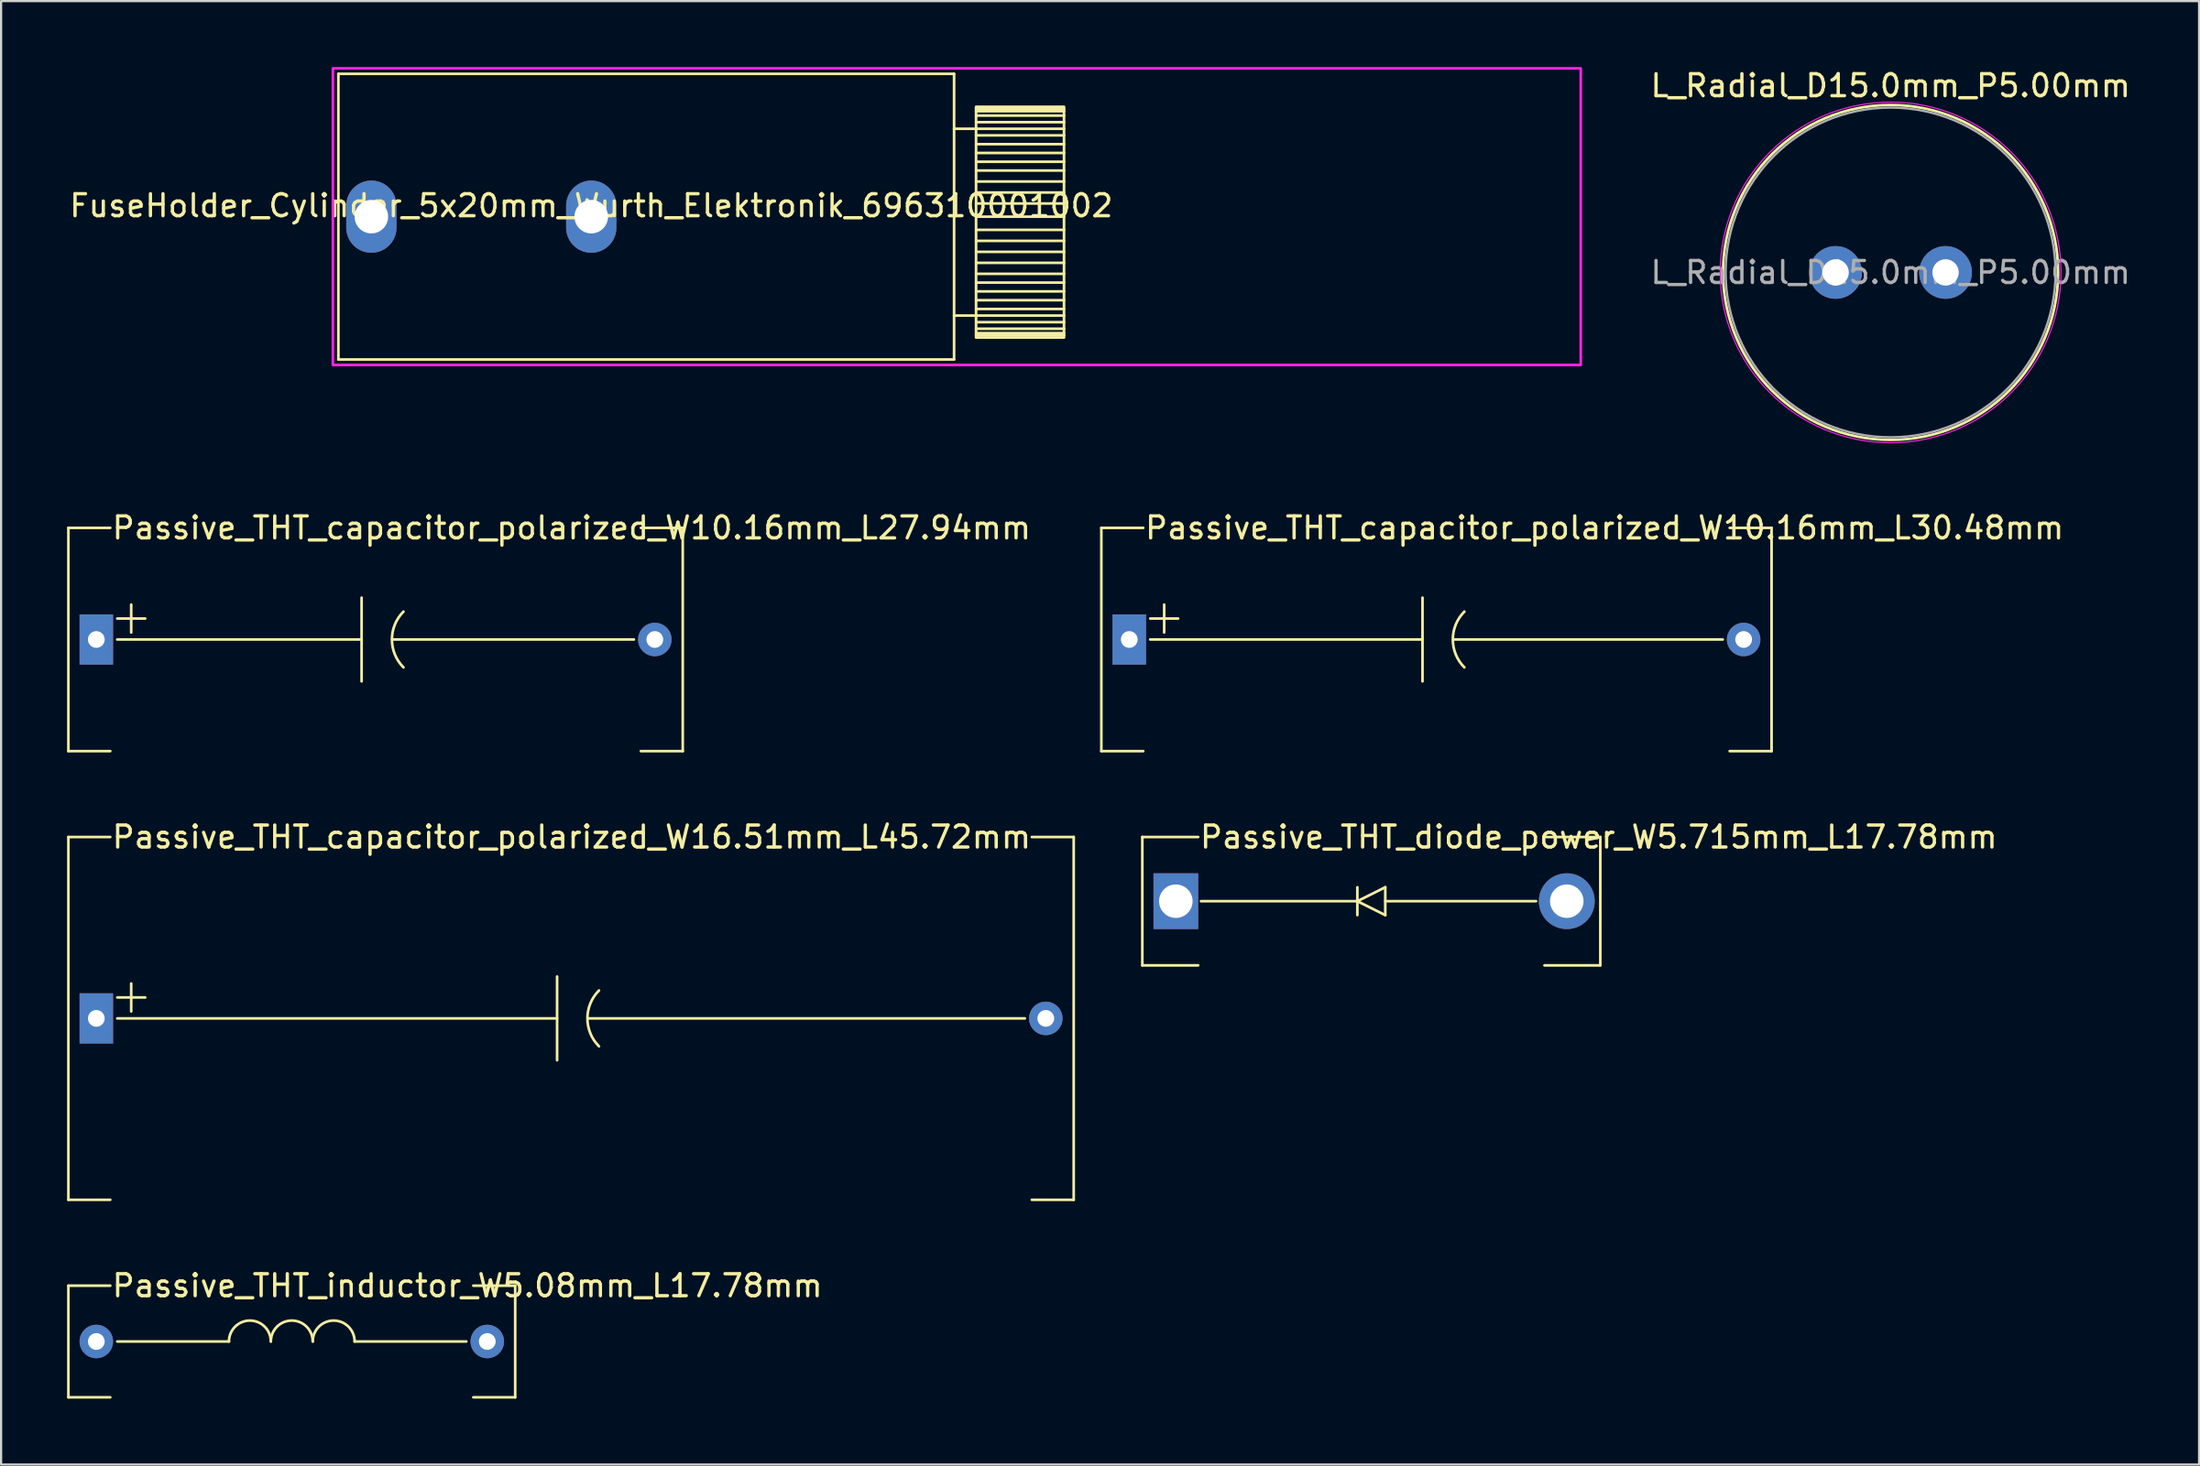
<source format=kicad_pcb>
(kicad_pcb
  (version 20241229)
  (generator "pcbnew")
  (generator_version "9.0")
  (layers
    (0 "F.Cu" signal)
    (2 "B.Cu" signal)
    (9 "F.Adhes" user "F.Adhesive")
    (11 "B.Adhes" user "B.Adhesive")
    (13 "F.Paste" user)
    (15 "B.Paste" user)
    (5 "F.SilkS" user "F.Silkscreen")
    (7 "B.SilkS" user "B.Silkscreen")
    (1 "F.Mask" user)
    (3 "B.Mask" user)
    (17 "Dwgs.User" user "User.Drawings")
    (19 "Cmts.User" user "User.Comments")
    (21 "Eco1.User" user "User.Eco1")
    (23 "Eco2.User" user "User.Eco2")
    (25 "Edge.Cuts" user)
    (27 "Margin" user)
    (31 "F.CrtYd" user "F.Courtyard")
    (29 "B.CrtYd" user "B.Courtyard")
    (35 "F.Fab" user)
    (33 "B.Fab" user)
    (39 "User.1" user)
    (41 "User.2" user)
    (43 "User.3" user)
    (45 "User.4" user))
  (footprint "Passive_THT_capacitor_polarized_W16.51mm_L45.72mm"
    (layer "F.Cu")
    (at 22.92 43.295)
    (property "Reference" "Passive_THT_capacitor_polarized_W16.51mm_L45.72mm" (at -20.955 -8.255 0) (layer "F.SilkS") (effects (font (size 1 1) (thickness 0.15)) (justify left)))
    (attr through_hole)
    (fp_line (start -22.86 -8.255) (end -20.955 -8.255) (stroke (width 0.12) (type solid)) (layer "F.SilkS"))
    (fp_line (start -22.86 8.255) (end -22.86 -8.255) (stroke (width 0.12) (type solid)) (layer "F.SilkS"))
    (fp_line (start -20.955 8.255) (end -22.86 8.255) (stroke (width 0.12) (type solid)) (layer "F.SilkS"))
    (fp_line (start -20.637 0) (end -0.635 0) (stroke (width 0.12) (type solid)) (layer "F.SilkS"))
    (fp_line (start -20.003 -0.318) (end -20.003 -1.587) (stroke (width 0.12) (type solid)) (layer "F.SilkS"))
    (fp_line (start -19.367 -0.953) (end -20.637 -0.953) (stroke (width 0.12) (type solid)) (layer "F.SilkS"))
    (fp_line (start -0.635 -1.905) (end -0.635 1.905) (stroke (width 0.12) (type solid)) (layer "F.SilkS"))
    (fp_line (start 0.762 0) (end 20.637 0) (stroke (width 0.12) (type solid)) (layer "F.SilkS"))
    (fp_line (start 20.955 -8.255) (end 22.86 -8.255) (stroke (width 0.12) (type solid)) (layer "F.SilkS"))
    (fp_line (start 22.86 -8.255) (end 22.86 8.255) (stroke (width 0.12) (type solid)) (layer "F.SilkS"))
    (fp_line (start 22.86 8.255) (end 20.955 8.255) (stroke (width 0.12) (type solid)) (layer "F.SilkS"))
    (fp_arc (start 1.270001 1.269999) (mid 0.74395 0) (end 1.270001 -1.269999) (stroke (width 0.12) (type solid)) (layer "F.SilkS"))
    (pad "1" thru_hole rect (at -21.59 0) (size 1.524 2.286) (drill 0.762) (layers "*.Cu" "*.Mask"))
    (pad "2" thru_hole circle (at 21.59 0) (size 1.524 1.524) (drill 0.762) (layers "*.Cu" "*.Mask")))
  (footprint "L_Radial_D15.0mm_P5.00mm"
    (layer "F.Cu")
    (at 80.429 9.348)
    (property "Reference" "L_Radial_D15.0mm_P5.00mm" (at 2.5 -8.5 0) (layer "F.SilkS") (effects (font (size 1 1) (thickness 0.15))))
    (attr through_hole)
    (fp_circle (center 2.5 0) (end 10.12 0) (stroke (width 0.12) (type solid)) (fill no) (layer "F.SilkS"))
    (fp_circle (center 2.5 0) (end 10.25 0) (stroke (width 0.05) (type solid)) (fill no) (layer "F.CrtYd"))
    (fp_circle (center 2.5 0) (end 10 0) (stroke (width 0.1) (type solid)) (fill no) (layer "F.Fab"))
    (fp_text user "${REFERENCE}" (at 2.5 0 0) (layer "F.Fab") (effects (font (size 1 1) (thickness 0.15))))
    (pad "1" thru_hole circle (at 0 0) (size 2.4 2.4) (drill 1.2) (layers "*.Cu" "*.Mask"))
    (pad "2" thru_hole circle (at 5 0) (size 2.4 2.4) (drill 1.2) (layers "*.Cu" "*.Mask")))
  (footprint "Passive_THT_diode_power_W5.715mm_L17.78mm"
    (layer "F.Cu")
    (at 59.314 37.961)
    (property "Reference" "Passive_THT_diode_power_W5.715mm_L17.78mm" (at -7.874 -2.921 0) (layer "F.SilkS") (effects (font (size 1 1) (thickness 0.15)) (justify left)))
    (attr through_hole)
    (fp_line (start -10.414 -2.921) (end -7.874 -2.921) (stroke (width 0.12) (type solid)) (layer "F.SilkS"))
    (fp_line (start -10.414 2.921) (end -10.414 -2.921) (stroke (width 0.12) (type solid)) (layer "F.SilkS"))
    (fp_line (start -7.874 2.921) (end -10.414 2.921) (stroke (width 0.12) (type solid)) (layer "F.SilkS"))
    (fp_line (start -0.635 -0.635) (end -0.635 0.635) (stroke (width 0.12) (type solid)) (layer "F.SilkS"))
    (fp_line (start -0.635 0) (end -7.747 0) (stroke (width 0.12) (type solid)) (layer "F.SilkS"))
    (fp_line (start -0.635 0) (end 0.635 0.635) (stroke (width 0.12) (type solid)) (layer "F.SilkS"))
    (fp_line (start 0.635 -0.635) (end -0.635 0) (stroke (width 0.12) (type solid)) (layer "F.SilkS"))
    (fp_line (start 0.635 0) (end 7.493 0) (stroke (width 0.12) (type solid)) (layer "F.SilkS"))
    (fp_line (start 0.635 0.635) (end 0.635 -0.635) (stroke (width 0.12) (type solid)) (layer "F.SilkS"))
    (fp_line (start 7.874 -2.921) (end 10.414 -2.921) (stroke (width 0.12) (type solid)) (layer "F.SilkS"))
    (fp_line (start 10.414 -2.921) (end 10.414 2.921) (stroke (width 0.12) (type solid)) (layer "F.SilkS"))
    (fp_line (start 10.414 2.921) (end 7.874 2.921) (stroke (width 0.12) (type solid)) (layer "F.SilkS"))
    (pad "1" thru_hole rect (at -8.89 0) (size 2.032 2.54) (drill 1.524) (layers "*.Cu" "*.Mask"))
    (pad "2" thru_hole circle (at 8.89 0) (size 2.54 2.54) (drill 1.524) (layers "*.Cu" "*.Mask")))
  (footprint "Passive_THT_capacitor_polarized_W10.16mm_L30.48mm"
    (layer "F.Cu")
    (at 62.277 26.052)
    (property "Reference" "Passive_THT_capacitor_polarized_W10.16mm_L30.48mm" (at -13.335 -5.08 0) (layer "F.SilkS") (effects (font (size 1 1) (thickness 0.15)) (justify left)))
    (attr through_hole)
    (fp_line (start -15.24 -5.08) (end -13.335 -5.08) (stroke (width 0.12) (type solid)) (layer "F.SilkS"))
    (fp_line (start -15.24 5.08) (end -15.24 -5.08) (stroke (width 0.12) (type solid)) (layer "F.SilkS"))
    (fp_line (start -13.335 5.08) (end -15.24 5.08) (stroke (width 0.12) (type solid)) (layer "F.SilkS"))
    (fp_line (start -13.018 0) (end -0.635 0) (stroke (width 0.12) (type solid)) (layer "F.SilkS"))
    (fp_line (start -12.383 -0.318) (end -12.383 -1.587) (stroke (width 0.12) (type solid)) (layer "F.SilkS"))
    (fp_line (start -11.748 -0.953) (end -13.018 -0.953) (stroke (width 0.12) (type solid)) (layer "F.SilkS"))
    (fp_line (start -0.635 -1.905) (end -0.635 1.905) (stroke (width 0.12) (type solid)) (layer "F.SilkS"))
    (fp_line (start 0.762 0) (end 13.018 0) (stroke (width 0.12) (type solid)) (layer "F.SilkS"))
    (fp_line (start 13.335 -5.08) (end 15.24 -5.08) (stroke (width 0.12) (type solid)) (layer "F.SilkS"))
    (fp_line (start 15.24 -5.08) (end 15.24 5.08) (stroke (width 0.12) (type solid)) (layer "F.SilkS"))
    (fp_line (start 15.24 5.08) (end 13.335 5.08) (stroke (width 0.12) (type solid)) (layer "F.SilkS"))
    (fp_arc (start 1.270001 1.269999) (mid 0.74395 0) (end 1.270001 -1.269999) (stroke (width 0.12) (type solid)) (layer "F.SilkS"))
    (pad "1" thru_hole rect (at -13.97 0) (size 1.524 2.286) (drill 0.762) (layers "*.Cu" "*.Mask"))
    (pad "2" thru_hole circle (at 13.97 0) (size 1.524 1.524) (drill 0.762) (layers "*.Cu" "*.Mask")))
  (footprint "Passive_THT_inductor_W5.08mm_L17.78mm"
    (layer "F.Cu")
    (at 10.22 57.998)
    (property "Reference" "Passive_THT_inductor_W5.08mm_L17.78mm" (at -8.255 -2.54 0) (layer "F.SilkS") (effects (font (size 1 1) (thickness 0.15)) (justify left)))
    (attr through_hole)
    (fp_line (start -10.16 -2.54) (end -8.255 -2.54) (stroke (width 0.12) (type solid)) (layer "F.SilkS"))
    (fp_line (start -10.16 2.54) (end -10.16 -2.54) (stroke (width 0.12) (type solid)) (layer "F.SilkS"))
    (fp_line (start -8.255 2.54) (end -10.16 2.54) (stroke (width 0.12) (type solid)) (layer "F.SilkS"))
    (fp_line (start -7.938 0) (end -2.857 0) (stroke (width 0.12) (type solid)) (layer "F.SilkS"))
    (fp_line (start 2.857 0) (end 7.938 0) (stroke (width 0.12) (type solid)) (layer "F.SilkS"))
    (fp_line (start 8.255 -2.54) (end 10.16 -2.54) (stroke (width 0.12) (type solid)) (layer "F.SilkS"))
    (fp_line (start 10.16 -2.54) (end 10.16 2.54) (stroke (width 0.12) (type solid)) (layer "F.SilkS"))
    (fp_line (start 10.16 2.54) (end 8.255 2.54) (stroke (width 0.12) (type solid)) (layer "F.SilkS"))
    (fp_arc (start -2.8575 0) (mid -1.905 -0.9525) (end -0.9525 0) (stroke (width 0.12) (type solid)) (layer "F.SilkS"))
    (fp_arc (start -0.9525 0) (mid 0 -0.9525) (end 0.9525 0) (stroke (width 0.12) (type solid)) (layer "F.SilkS"))
    (fp_arc (start 0.9525 0) (mid 1.905 -0.9525) (end 2.8575 0) (stroke (width 0.12) (type solid)) (layer "F.SilkS"))
    (pad "1" thru_hole circle (at -8.89 0) (size 1.524 1.524) (drill 0.762) (layers "*.Cu" "*.Mask"))
    (pad "2" thru_hole circle (at 8.89 0) (size 1.524 1.524) (drill 0.762) (layers "*.Cu" "*.Mask")))
  (footprint "Passive_THT_capacitor_polarized_W10.16mm_L27.94mm"
    (layer "F.Cu")
    (at 14.03 26.052)
    (property "Reference" "Passive_THT_capacitor_polarized_W10.16mm_L27.94mm" (at -12.065 -5.08 0) (layer "F.SilkS") (effects (font (size 1 1) (thickness 0.15)) (justify left)))
    (attr through_hole)
    (fp_line (start -13.97 -5.08) (end -12.065 -5.08) (stroke (width 0.12) (type solid)) (layer "F.SilkS"))
    (fp_line (start -13.97 5.08) (end -13.97 -5.08) (stroke (width 0.12) (type solid)) (layer "F.SilkS"))
    (fp_line (start -12.065 5.08) (end -13.97 5.08) (stroke (width 0.12) (type solid)) (layer "F.SilkS"))
    (fp_line (start -11.748 0) (end -0.635 0) (stroke (width 0.12) (type solid)) (layer "F.SilkS"))
    (fp_line (start -11.113 -0.318) (end -11.113 -1.587) (stroke (width 0.12) (type solid)) (layer "F.SilkS"))
    (fp_line (start -10.477 -0.953) (end -11.748 -0.953) (stroke (width 0.12) (type solid)) (layer "F.SilkS"))
    (fp_line (start -0.635 -1.905) (end -0.635 1.905) (stroke (width 0.12) (type solid)) (layer "F.SilkS"))
    (fp_line (start 0.762 0) (end 11.748 0) (stroke (width 0.12) (type solid)) (layer "F.SilkS"))
    (fp_line (start 12.065 -5.08) (end 13.97 -5.08) (stroke (width 0.12) (type solid)) (layer "F.SilkS"))
    (fp_line (start 13.97 -5.08) (end 13.97 5.08) (stroke (width 0.12) (type solid)) (layer "F.SilkS"))
    (fp_line (start 13.97 5.08) (end 12.065 5.08) (stroke (width 0.12) (type solid)) (layer "F.SilkS"))
    (fp_arc (start 1.270001 1.269999) (mid 0.74395 0) (end 1.270001 -1.269999) (stroke (width 0.12) (type solid)) (layer "F.SilkS"))
    (pad "1" thru_hole rect (at -12.7 0) (size 1.524 2.286) (drill 0.762) (layers "*.Cu" "*.Mask"))
    (pad "2" thru_hole circle (at 12.7 0) (size 1.524 1.524) (drill 0.762) (layers "*.Cu" "*.Mask")))
  (footprint "FuseHolder_Cylinder_5x20mm_Wurth_Elektronik_696310001002"
    (layer "F.Cu")
    (at 23.839 6.81)
    (property "Reference" "FuseHolder_Cylinder_5x20mm_Wurth_Elektronik_696310001002" (at 0 -0.5 0) (unlocked yes) (layer "F.SilkS") (effects (font (size 1 1) (thickness 0.15))))
    (attr through_hole)
    (fp_line (start -11.5 -6.5) (end 16.5 -6.5) (stroke (width 0.12) (type solid)) (layer "F.SilkS"))
    (fp_line (start -11.5 6.5) (end -11.5 -6.5) (stroke (width 0.12) (type solid)) (layer "F.SilkS"))
    (fp_line (start 16.5 -6.5) (end 16.5 6.5) (stroke (width 0.12) (type solid)) (layer "F.SilkS"))
    (fp_line (start 16.5 -4) (end 17.5 -4) (stroke (width 0.12) (type solid)) (layer "F.SilkS"))
    (fp_line (start 16.5 4.5) (end 17.5 4.5) (stroke (width 0.12) (type solid)) (layer "F.SilkS"))
    (fp_line (start 16.5 6.5) (end -11.5 6.5) (stroke (width 0.12) (type solid)) (layer "F.SilkS"))
    (fp_line (start 17.5 -4.9) (end 21.5 -4.9) (stroke (width 0.12) (type solid)) (layer "F.SilkS"))
    (fp_line (start 17.5 -4.8) (end 21.5 -4.8) (stroke (width 0.12) (type solid)) (layer "F.SilkS"))
    (fp_line (start 17.5 -4.6) (end 21.5 -4.6) (stroke (width 0.12) (type solid)) (layer "F.SilkS"))
    (fp_line (start 17.5 -4.3) (end 21.5 -4.3) (stroke (width 0.12) (type solid)) (layer "F.SilkS"))
    (fp_line (start 17.5 -4) (end 21.5 -4) (stroke (width 0.12) (type solid)) (layer "F.SilkS"))
    (fp_line (start 17.5 -3.7) (end 21.5 -3.7) (stroke (width 0.12) (type solid)) (layer "F.SilkS"))
    (fp_line (start 17.5 -3.3) (end 21.5 -3.3) (stroke (width 0.12) (type solid)) (layer "F.SilkS"))
    (fp_line (start 17.5 -2.9) (end 21.5 -2.9) (stroke (width 0.12) (type solid)) (layer "F.SilkS"))
    (fp_line (start 17.5 -2.5) (end 21.5 -2.5) (stroke (width 0.12) (type solid)) (layer "F.SilkS"))
    (fp_line (start 17.5 -2.1) (end 21.5 -2.1) (stroke (width 0.12) (type solid)) (layer "F.SilkS"))
    (fp_line (start 17.5 -1.6) (end 21.5 -1.6) (stroke (width 0.12) (type solid)) (layer "F.SilkS"))
    (fp_line (start 17.5 -1.1) (end 21.5 -1.1) (stroke (width 0.12) (type solid)) (layer "F.SilkS"))
    (fp_line (start 17.5 -0.6) (end 21.5 -0.6) (stroke (width 0.12) (type solid)) (layer "F.SilkS"))
    (fp_line (start 17.5 0) (end 21.5 0) (stroke (width 0.12) (type solid)) (layer "F.SilkS"))
    (fp_line (start 17.5 0.6) (end 21.5 0.6) (stroke (width 0.12) (type solid)) (layer "F.SilkS"))
    (fp_line (start 17.5 1.1) (end 21.5 1.1) (stroke (width 0.12) (type solid)) (layer "F.SilkS"))
    (fp_line (start 17.5 1.6) (end 21.5 1.6) (stroke (width 0.12) (type solid)) (layer "F.SilkS"))
    (fp_line (start 17.5 2.1) (end 21.5 2.1) (stroke (width 0.12) (type solid)) (layer "F.SilkS"))
    (fp_line (start 17.5 2.6) (end 21.5 2.6) (stroke (width 0.12) (type solid)) (layer "F.SilkS"))
    (fp_line (start 17.5 3) (end 21.5 3) (stroke (width 0.12) (type solid)) (layer "F.SilkS"))
    (fp_line (start 17.5 3.4) (end 21.5 3.4) (stroke (width 0.12) (type solid)) (layer "F.SilkS"))
    (fp_line (start 17.5 3.8) (end 21.5 3.8) (stroke (width 0.12) (type solid)) (layer "F.SilkS"))
    (fp_line (start 17.5 4.2) (end 21.5 4.2) (stroke (width 0.12) (type solid)) (layer "F.SilkS"))
    (fp_line (start 17.5 4.5) (end 21.5 4.5) (stroke (width 0.12) (type solid)) (layer "F.SilkS"))
    (fp_line (start 17.5 4.8) (end 21.5 4.8) (stroke (width 0.12) (type solid)) (layer "F.SilkS"))
    (fp_line (start 17.5 5.1) (end 21.5 5.1) (stroke (width 0.12) (type solid)) (layer "F.SilkS"))
    (fp_line (start 17.5 5.3) (end 21.5 5.3) (stroke (width 0.12) (type solid)) (layer "F.SilkS"))
    (fp_line (start 17.5 5.4) (end 21.5 5.4) (stroke (width 0.12) (type solid)) (layer "F.SilkS"))
    (fp_rect (start 21.5 -5) (end 17.5 5.5) (stroke (width 0.12) (type solid)) (fill no) (layer "F.SilkS"))
    (fp_rect (start -11.75 -6.75) (end 45 6.75) (stroke (width 0.12) (type solid)) (fill no) (layer "F.CrtYd"))
    (pad "1" thru_hole oval (at -10 0) (size 2.286 3.286) (drill 1.524) (layers "*.Cu" "*.Mask"))
    (pad "2" thru_hole oval (at 0 0) (size 2.286 3.286) (drill 1.524) (layers "*.Cu" "*.Mask")))
  (gr_rect
    (start -3 -3)
    (end 96.959 63.598)
    (stroke (width 0.1) (type default))
    (fill no)
    (layer "Edge.Cuts")))
</source>
